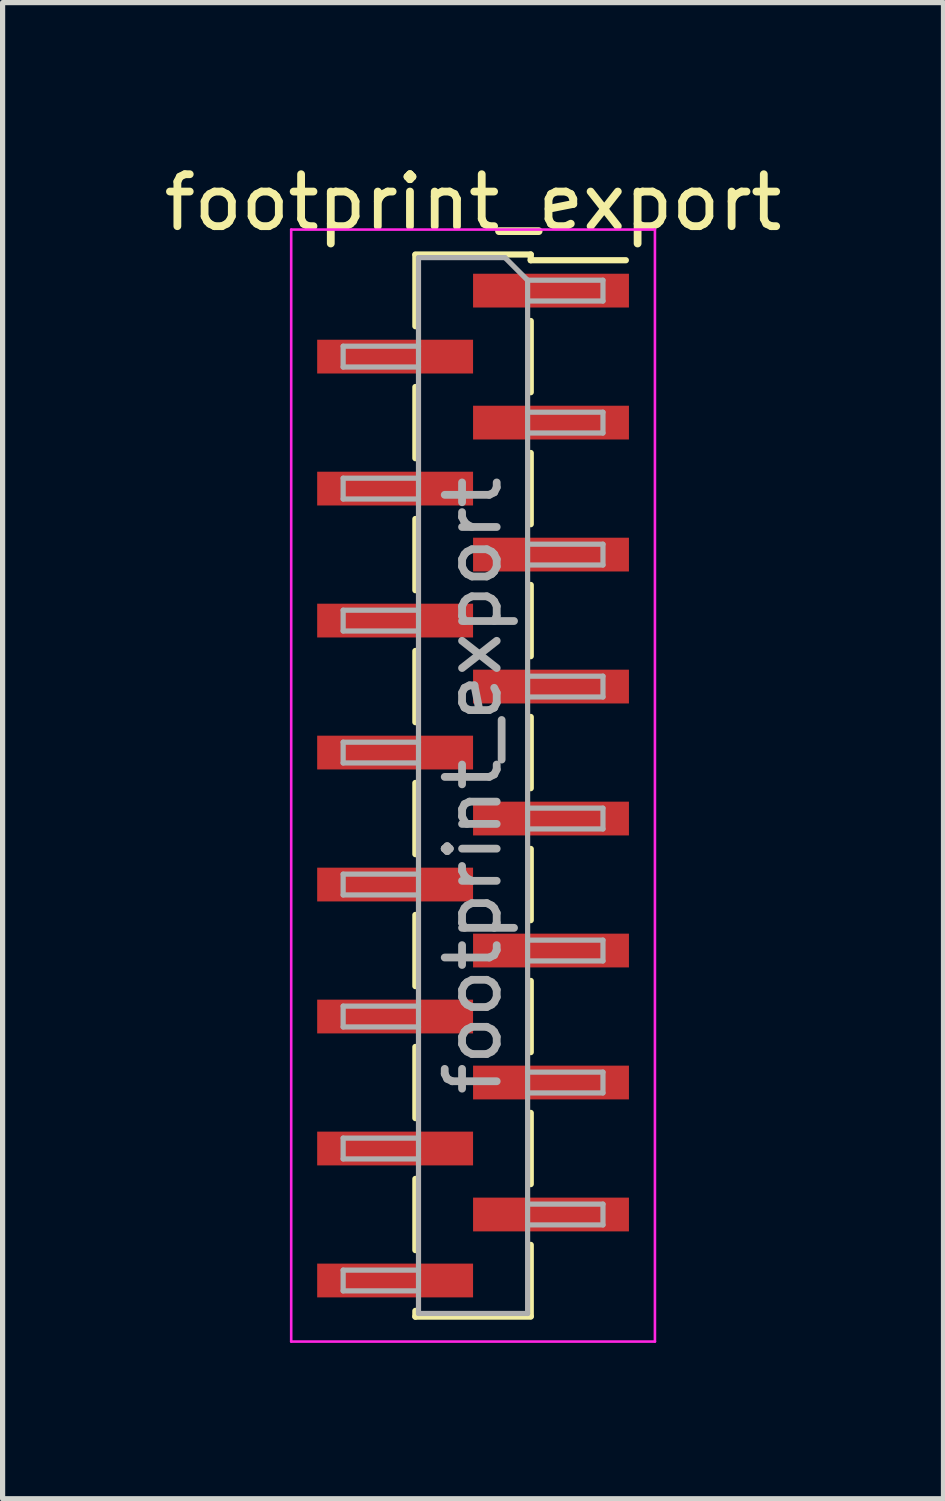
<source format=kicad_pcb>
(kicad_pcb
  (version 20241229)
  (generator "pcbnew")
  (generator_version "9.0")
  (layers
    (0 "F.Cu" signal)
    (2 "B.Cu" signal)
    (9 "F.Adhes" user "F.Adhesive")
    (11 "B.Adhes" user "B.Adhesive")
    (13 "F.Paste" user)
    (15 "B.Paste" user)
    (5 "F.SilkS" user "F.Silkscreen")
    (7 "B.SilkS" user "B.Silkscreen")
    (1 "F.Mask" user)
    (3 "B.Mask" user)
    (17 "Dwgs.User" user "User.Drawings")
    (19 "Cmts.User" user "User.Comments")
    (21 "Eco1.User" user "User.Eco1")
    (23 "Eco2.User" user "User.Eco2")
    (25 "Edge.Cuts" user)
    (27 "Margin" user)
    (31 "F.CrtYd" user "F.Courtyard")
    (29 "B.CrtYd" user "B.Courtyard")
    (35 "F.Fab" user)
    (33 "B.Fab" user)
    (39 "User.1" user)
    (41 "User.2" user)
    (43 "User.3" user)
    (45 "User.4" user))
  (footprint "footprint_export"
    (layer "F.Cu")
    (at 6.054 12.068)
    (property "Reference" "footprint_export" (at 0 -11.22 0) (layer "F.SilkS") (effects (font (size 1 1) (thickness 0.15))))
    (attr smd)
    (fp_line (start -1.11 -10.22) (end 1.11 -10.22) (stroke (width 0.12) (type solid)) (layer "F.SilkS"))
    (fp_line (start -1.11 -10.21) (end -1.11 -8.84) (stroke (width 0.12) (type solid)) (layer "F.SilkS"))
    (fp_line (start -1.11 -7.67) (end -1.11 -6.3) (stroke (width 0.12) (type solid)) (layer "F.SilkS"))
    (fp_line (start -1.11 -5.13) (end -1.11 -3.76) (stroke (width 0.12) (type solid)) (layer "F.SilkS"))
    (fp_line (start -1.11 -2.59) (end -1.11 -1.22) (stroke (width 0.12) (type solid)) (layer "F.SilkS"))
    (fp_line (start -1.11 -0.05) (end -1.11 1.32) (stroke (width 0.12) (type solid)) (layer "F.SilkS"))
    (fp_line (start -1.11 2.49) (end -1.11 3.86) (stroke (width 0.12) (type solid)) (layer "F.SilkS"))
    (fp_line (start -1.11 5.03) (end -1.11 6.4) (stroke (width 0.12) (type solid)) (layer "F.SilkS"))
    (fp_line (start -1.11 7.57) (end -1.11 8.94) (stroke (width 0.12) (type solid)) (layer "F.SilkS"))
    (fp_line (start -1.11 10.11) (end -1.11 10.22) (stroke (width 0.12) (type solid)) (layer "F.SilkS"))
    (fp_line (start -1.11 10.22) (end 1.11 10.22) (stroke (width 0.12) (type solid)) (layer "F.SilkS"))
    (fp_line (start 1.11 -10.22) (end 1.11 -10.11) (stroke (width 0.12) (type solid)) (layer "F.SilkS"))
    (fp_line (start 1.11 -10.11) (end 2.94 -10.11) (stroke (width 0.12) (type solid)) (layer "F.SilkS"))
    (fp_line (start 1.11 -8.94) (end 1.11 -7.57) (stroke (width 0.12) (type solid)) (layer "F.SilkS"))
    (fp_line (start 1.11 -6.4) (end 1.11 -5.03) (stroke (width 0.12) (type solid)) (layer "F.SilkS"))
    (fp_line (start 1.11 -3.86) (end 1.11 -2.49) (stroke (width 0.12) (type solid)) (layer "F.SilkS"))
    (fp_line (start 1.11 -1.32) (end 1.11 0.05) (stroke (width 0.12) (type solid)) (layer "F.SilkS"))
    (fp_line (start 1.11 1.22) (end 1.11 2.59) (stroke (width 0.12) (type solid)) (layer "F.SilkS"))
    (fp_line (start 1.11 3.76) (end 1.11 5.13) (stroke (width 0.12) (type solid)) (layer "F.SilkS"))
    (fp_line (start 1.11 6.3) (end 1.11 7.67) (stroke (width 0.12) (type solid)) (layer "F.SilkS"))
    (fp_line (start 1.11 8.84) (end 1.11 10.21) (stroke (width 0.12) (type solid)) (layer "F.SilkS"))
    (fp_line (start -3.5 -10.7) (end -3.5 10.7) (stroke (width 0.05) (type solid)) (layer "F.CrtYd"))
    (fp_line (start -3.5 10.7) (end 3.5 10.7) (stroke (width 0.05) (type solid)) (layer "F.CrtYd"))
    (fp_line (start 3.5 -10.7) (end -3.5 -10.7) (stroke (width 0.05) (type solid)) (layer "F.CrtYd"))
    (fp_line (start 3.5 10.7) (end 3.5 -10.7) (stroke (width 0.05) (type solid)) (layer "F.CrtYd"))
    (fp_line (start -2.5 -8.455) (end -2.5 -8.055) (stroke (width 0.1) (type solid)) (layer "F.Fab"))
    (fp_line (start -2.5 -8.055) (end -1.05 -8.055) (stroke (width 0.1) (type solid)) (layer "F.Fab"))
    (fp_line (start -2.5 -5.915) (end -2.5 -5.515) (stroke (width 0.1) (type solid)) (layer "F.Fab"))
    (fp_line (start -2.5 -5.515) (end -1.05 -5.515) (stroke (width 0.1) (type solid)) (layer "F.Fab"))
    (fp_line (start -2.5 -3.375) (end -2.5 -2.975) (stroke (width 0.1) (type solid)) (layer "F.Fab"))
    (fp_line (start -2.5 -2.975) (end -1.05 -2.975) (stroke (width 0.1) (type solid)) (layer "F.Fab"))
    (fp_line (start -2.5 -0.835) (end -2.5 -0.435) (stroke (width 0.1) (type solid)) (layer "F.Fab"))
    (fp_line (start -2.5 -0.435) (end -1.05 -0.435) (stroke (width 0.1) (type solid)) (layer "F.Fab"))
    (fp_line (start -2.5 1.705) (end -2.5 2.105) (stroke (width 0.1) (type solid)) (layer "F.Fab"))
    (fp_line (start -2.5 2.105) (end -1.05 2.105) (stroke (width 0.1) (type solid)) (layer "F.Fab"))
    (fp_line (start -2.5 4.245) (end -2.5 4.645) (stroke (width 0.1) (type solid)) (layer "F.Fab"))
    (fp_line (start -2.5 4.645) (end -1.05 4.645) (stroke (width 0.1) (type solid)) (layer "F.Fab"))
    (fp_line (start -2.5 6.785) (end -2.5 7.185) (stroke (width 0.1) (type solid)) (layer "F.Fab"))
    (fp_line (start -2.5 7.185) (end -1.05 7.185) (stroke (width 0.1) (type solid)) (layer "F.Fab"))
    (fp_line (start -2.5 9.325) (end -2.5 9.725) (stroke (width 0.1) (type solid)) (layer "F.Fab"))
    (fp_line (start -2.5 9.725) (end -1.05 9.725) (stroke (width 0.1) (type solid)) (layer "F.Fab"))
    (fp_line (start -1.05 -10.16) (end -1.05 10.16) (stroke (width 0.1) (type solid)) (layer "F.Fab"))
    (fp_line (start -1.05 -10.16) (end 0.615 -10.16) (stroke (width 0.1) (type solid)) (layer "F.Fab"))
    (fp_line (start -1.05 -8.455) (end -2.5 -8.455) (stroke (width 0.1) (type solid)) (layer "F.Fab"))
    (fp_line (start -1.05 -5.915) (end -2.5 -5.915) (stroke (width 0.1) (type solid)) (layer "F.Fab"))
    (fp_line (start -1.05 -3.375) (end -2.5 -3.375) (stroke (width 0.1) (type solid)) (layer "F.Fab"))
    (fp_line (start -1.05 -0.835) (end -2.5 -0.835) (stroke (width 0.1) (type solid)) (layer "F.Fab"))
    (fp_line (start -1.05 1.705) (end -2.5 1.705) (stroke (width 0.1) (type solid)) (layer "F.Fab"))
    (fp_line (start -1.05 4.245) (end -2.5 4.245) (stroke (width 0.1) (type solid)) (layer "F.Fab"))
    (fp_line (start -1.05 6.785) (end -2.5 6.785) (stroke (width 0.1) (type solid)) (layer "F.Fab"))
    (fp_line (start -1.05 9.325) (end -2.5 9.325) (stroke (width 0.1) (type solid)) (layer "F.Fab"))
    (fp_line (start 1.05 -9.725) (end 0.615 -10.16) (stroke (width 0.1) (type solid)) (layer "F.Fab"))
    (fp_line (start 1.05 -9.725) (end 2.5 -9.725) (stroke (width 0.1) (type solid)) (layer "F.Fab"))
    (fp_line (start 1.05 -7.185) (end 2.5 -7.185) (stroke (width 0.1) (type solid)) (layer "F.Fab"))
    (fp_line (start 1.05 -4.645) (end 2.5 -4.645) (stroke (width 0.1) (type solid)) (layer "F.Fab"))
    (fp_line (start 1.05 -2.105) (end 2.5 -2.105) (stroke (width 0.1) (type solid)) (layer "F.Fab"))
    (fp_line (start 1.05 0.435) (end 2.5 0.435) (stroke (width 0.1) (type solid)) (layer "F.Fab"))
    (fp_line (start 1.05 2.975) (end 2.5 2.975) (stroke (width 0.1) (type solid)) (layer "F.Fab"))
    (fp_line (start 1.05 5.515) (end 2.5 5.515) (stroke (width 0.1) (type solid)) (layer "F.Fab"))
    (fp_line (start 1.05 8.055) (end 2.5 8.055) (stroke (width 0.1) (type solid)) (layer "F.Fab"))
    (fp_line (start 1.05 10.16) (end -1.05 10.16) (stroke (width 0.1) (type solid)) (layer "F.Fab"))
    (fp_line (start 1.05 10.16) (end 1.05 -9.725) (stroke (width 0.1) (type solid)) (layer "F.Fab"))
    (fp_line (start 2.5 -9.725) (end 2.5 -9.325) (stroke (width 0.1) (type solid)) (layer "F.Fab"))
    (fp_line (start 2.5 -9.325) (end 1.05 -9.325) (stroke (width 0.1) (type solid)) (layer "F.Fab"))
    (fp_line (start 2.5 -7.185) (end 2.5 -6.785) (stroke (width 0.1) (type solid)) (layer "F.Fab"))
    (fp_line (start 2.5 -6.785) (end 1.05 -6.785) (stroke (width 0.1) (type solid)) (layer "F.Fab"))
    (fp_line (start 2.5 -4.645) (end 2.5 -4.245) (stroke (width 0.1) (type solid)) (layer "F.Fab"))
    (fp_line (start 2.5 -4.245) (end 1.05 -4.245) (stroke (width 0.1) (type solid)) (layer "F.Fab"))
    (fp_line (start 2.5 -2.105) (end 2.5 -1.705) (stroke (width 0.1) (type solid)) (layer "F.Fab"))
    (fp_line (start 2.5 -1.705) (end 1.05 -1.705) (stroke (width 0.1) (type solid)) (layer "F.Fab"))
    (fp_line (start 2.5 0.435) (end 2.5 0.835) (stroke (width 0.1) (type solid)) (layer "F.Fab"))
    (fp_line (start 2.5 0.835) (end 1.05 0.835) (stroke (width 0.1) (type solid)) (layer "F.Fab"))
    (fp_line (start 2.5 2.975) (end 2.5 3.375) (stroke (width 0.1) (type solid)) (layer "F.Fab"))
    (fp_line (start 2.5 3.375) (end 1.05 3.375) (stroke (width 0.1) (type solid)) (layer "F.Fab"))
    (fp_line (start 2.5 5.515) (end 2.5 5.915) (stroke (width 0.1) (type solid)) (layer "F.Fab"))
    (fp_line (start 2.5 5.915) (end 1.05 5.915) (stroke (width 0.1) (type solid)) (layer "F.Fab"))
    (fp_line (start 2.5 8.055) (end 2.5 8.455) (stroke (width 0.1) (type solid)) (layer "F.Fab"))
    (fp_line (start 2.5 8.455) (end 1.05 8.455) (stroke (width 0.1) (type solid)) (layer "F.Fab"))
    (fp_text user "${REFERENCE}" (at 0 0 90) (layer "F.Fab") (effects (font (size 1 1) (thickness 0.15))))
    (pad "1" smd rect (at 1.5 -9.525) (size 3 0.65) (layers "F.Cu" "F.Mask" "F.Paste"))
    (pad "2" smd rect (at -1.5 -8.255) (size 3 0.65) (layers "F.Cu" "F.Mask" "F.Paste"))
    (pad "3" smd rect (at 1.5 -6.985) (size 3 0.65) (layers "F.Cu" "F.Mask" "F.Paste"))
    (pad "4" smd rect (at -1.5 -5.715) (size 3 0.65) (layers "F.Cu" "F.Mask" "F.Paste"))
    (pad "5" smd rect (at 1.5 -4.445) (size 3 0.65) (layers "F.Cu" "F.Mask" "F.Paste"))
    (pad "6" smd rect (at -1.5 -3.175) (size 3 0.65) (layers "F.Cu" "F.Mask" "F.Paste"))
    (pad "7" smd rect (at 1.5 -1.905) (size 3 0.65) (layers "F.Cu" "F.Mask" "F.Paste"))
    (pad "8" smd rect (at -1.5 -0.635) (size 3 0.65) (layers "F.Cu" "F.Mask" "F.Paste"))
    (pad "9" smd rect (at 1.5 0.635) (size 3 0.65) (layers "F.Cu" "F.Mask" "F.Paste"))
    (pad "10" smd rect (at -1.5 1.905) (size 3 0.65) (layers "F.Cu" "F.Mask" "F.Paste"))
    (pad "11" smd rect (at 1.5 3.175) (size 3 0.65) (layers "F.Cu" "F.Mask" "F.Paste"))
    (pad "12" smd rect (at -1.5 4.445) (size 3 0.65) (layers "F.Cu" "F.Mask" "F.Paste"))
    (pad "13" smd rect (at 1.5 5.715) (size 3 0.65) (layers "F.Cu" "F.Mask" "F.Paste"))
    (pad "14" smd rect (at -1.5 6.985) (size 3 0.65) (layers "F.Cu" "F.Mask" "F.Paste"))
    (pad "15" smd rect (at 1.5 8.255) (size 3 0.65) (layers "F.Cu" "F.Mask" "F.Paste"))
    (pad "16" smd rect (at -1.5 9.525) (size 3 0.65) (layers "F.Cu" "F.Mask" "F.Paste")))
  (gr_rect
    (start -3 -3)
    (end 15.107 25.793)
    (stroke (width 0.1) (type default))
    (fill no)
    (layer "Edge.Cuts")))
</source>
